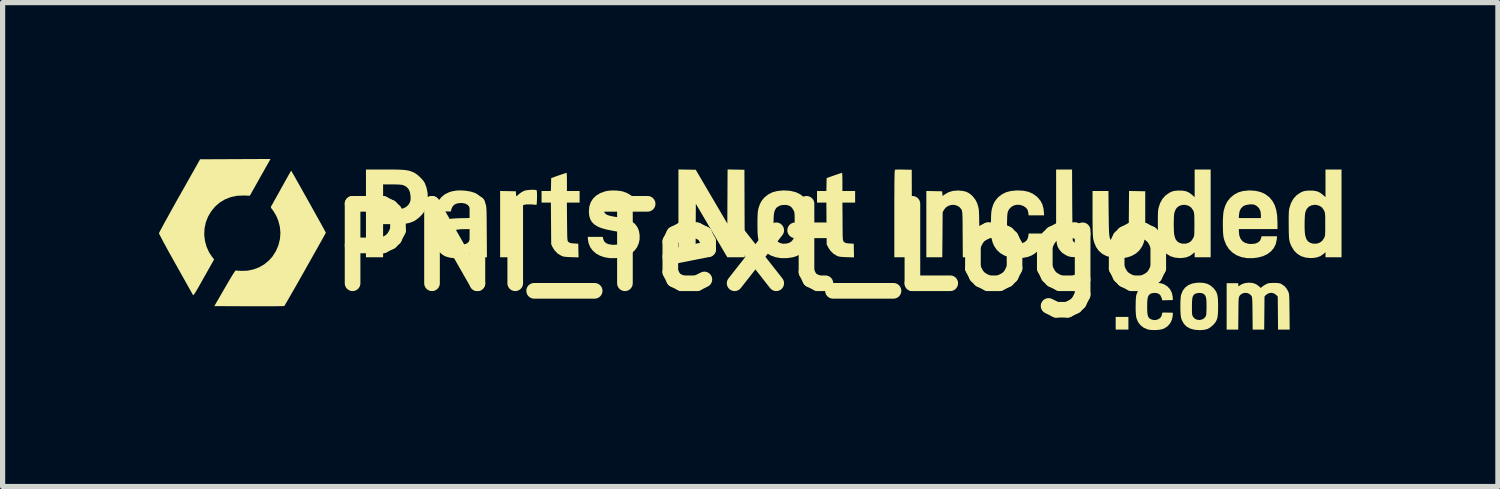
<source format=kicad_pcb>
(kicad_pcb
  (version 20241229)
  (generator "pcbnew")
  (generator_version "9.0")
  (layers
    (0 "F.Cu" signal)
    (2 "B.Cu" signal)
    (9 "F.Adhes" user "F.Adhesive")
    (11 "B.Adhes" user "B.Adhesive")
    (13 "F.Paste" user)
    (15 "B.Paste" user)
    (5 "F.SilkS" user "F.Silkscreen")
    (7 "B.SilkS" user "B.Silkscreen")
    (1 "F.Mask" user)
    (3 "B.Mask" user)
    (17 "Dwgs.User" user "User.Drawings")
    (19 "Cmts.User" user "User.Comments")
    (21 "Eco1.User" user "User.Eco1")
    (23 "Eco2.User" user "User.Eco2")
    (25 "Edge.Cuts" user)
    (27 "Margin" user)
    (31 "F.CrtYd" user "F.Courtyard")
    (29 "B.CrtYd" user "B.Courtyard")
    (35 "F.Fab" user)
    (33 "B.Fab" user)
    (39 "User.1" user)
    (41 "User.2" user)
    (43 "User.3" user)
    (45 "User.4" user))
  (footprint "PNI_Text_Logo"
    (layer "F.Cu")
    (at 11.407 1.695)
    (property "Reference" "PNI_Text_Logo" (at 0 0 0) (layer "F.SilkS") (effects (font (size 1.524 1.524) (thickness 0.3))))
    (attr board_only exclude_from_pos_files exclude_from_bom)
    (fp_poly (pts (xy 6.948 1.578) (xy 6.948 1.335) (xy 7.192 1.335) (xy 7.192 1.578)) (stroke (width 0) (type solid)) (fill yes) (layer "F.SilkS"))
    (fp_poly (pts (xy -0.336 0.191) (xy -0.503 0.191) (xy -0.805 -0.322) (xy -1.107 -0.835) (xy -1.11 -0.322) (xy -1.112 0.191) (xy -1.441 0.191) (xy -1.441 -1.494) (xy -1.275 -1.491) (xy -1.109 -1.488) (xy -0.806 -0.972) (xy -0.503 -0.456) (xy -0.498 -1.494) (xy -0.336 -1.491) (xy -0.175 -1.488) (xy -0.169 0.191)) (stroke (width 0) (type solid)) (fill yes) (layer "F.SilkS"))
    (fp_poly (pts (xy 2.701 0.191) (xy 2.701 -0.646) (xy 2.701 -0.804) (xy 2.701 -0.942) (xy 2.702 -1.061) (xy 2.702 -1.162) (xy 2.703 -1.248) (xy 2.704 -1.318) (xy 2.705 -1.374) (xy 2.706 -1.417) (xy 2.708 -1.449) (xy 2.71 -1.471) (xy 2.712 -1.484) (xy 2.715 -1.489) (xy 2.715 -1.489) (xy 2.73 -1.491) (xy 2.762 -1.492) (xy 2.807 -1.492) (xy 2.86 -1.492) (xy 2.882 -1.491) (xy 3.035 -1.488) (xy 3.04 0.191)) (stroke (width 0) (type solid)) (fill yes) (layer "F.SilkS"))
    (fp_poly (pts (xy 6.199 0.189) (xy 6.142 0.187) (xy 6.1 0.185) (xy 6.069 0.18) (xy 6.043 0.173) (xy 6.016 0.162) (xy 5.993 0.151) (xy 5.925 0.108) (xy 5.873 0.053) (xy 5.847 0.011) (xy 5.839 -0.005) (xy 5.832 -0.022) (xy 5.826 -0.041) (xy 5.821 -0.063) (xy 5.816 -0.091) (xy 5.813 -0.126) (xy 5.81 -0.169) (xy 5.808 -0.223) (xy 5.807 -0.288) (xy 5.806 -0.367) (xy 5.805 -0.461) (xy 5.805 -0.572) (xy 5.805 -0.701) (xy 5.805 -0.808) (xy 5.805 -1.493) (xy 6.111 -1.493) (xy 6.114 -0.818) (xy 6.115 -0.7) (xy 6.116 -0.588) (xy 6.117 -0.484) (xy 6.118 -0.389) (xy 6.119 -0.306) (xy 6.121 -0.236) (xy 6.122 -0.182) (xy 6.124 -0.144) (xy 6.126 -0.126) (xy 6.126 -0.124) (xy 6.15 -0.098) (xy 6.192 -0.082) (xy 6.25 -0.074) (xy 6.265 -0.074) (xy 6.334 -0.074) (xy 6.334 0.193)) (stroke (width 0) (type solid)) (fill yes) (layer "F.SilkS"))
    (fp_poly (pts (xy -4.154 -0.949) (xy -4.154 -0.947) (xy -4.156 -0.89) (xy -4.158 -0.852) (xy -4.161 -0.828) (xy -4.166 -0.817) (xy -4.172 -0.814) (xy -4.173 -0.815) (xy -4.191 -0.817) (xy -4.223 -0.82) (xy -4.265 -0.823) (xy -4.285 -0.824) (xy -4.352 -0.824) (xy -4.405 -0.815) (xy -4.447 -0.796) (xy -4.484 -0.765) (xy -4.488 -0.761) (xy -4.503 -0.745) (xy -4.515 -0.729) (xy -4.525 -0.711) (xy -4.532 -0.69) (xy -4.538 -0.663) (xy -4.543 -0.628) (xy -4.546 -0.582) (xy -4.549 -0.525) (xy -4.55 -0.453) (xy -4.551 -0.364) (xy -4.552 -0.257) (xy -4.553 -0.23) (xy -4.556 0.191) (xy -4.862 0.191) (xy -4.862 -1.081) (xy -4.711 -1.078) (xy -4.56 -1.075) (xy -4.557 -1.024) (xy -4.553 -0.974) (xy -4.501 -1.021) (xy -4.458 -1.053) (xy -4.412 -1.079) (xy -4.394 -1.086) (xy -4.359 -1.095) (xy -4.316 -1.1) (xy -4.269 -1.104) (xy -4.225 -1.104) (xy -4.188 -1.102) (xy -4.165 -1.097) (xy -4.162 -1.094) (xy -4.158 -1.08) (xy -4.155 -1.048) (xy -4.154 -1.004)) (stroke (width 0) (type solid)) (fill yes) (layer "F.SilkS"))
    (fp_poly (pts (xy -3.581 -0.858) (xy -3.578 -0.493) (xy -3.577 -0.395) (xy -3.576 -0.317) (xy -3.575 -0.255) (xy -3.574 -0.208) (xy -3.572 -0.173) (xy -3.57 -0.148) (xy -3.567 -0.131) (xy -3.563 -0.119) (xy -3.558 -0.111) (xy -3.552 -0.104) (xy -3.551 -0.104) (xy -3.534 -0.09) (xy -3.511 -0.082) (xy -3.477 -0.077) (xy -3.445 -0.074) (xy -3.363 -0.069) (xy -3.36 0.062) (xy -3.357 0.193) (xy -3.498 0.189) (xy -3.56 0.186) (xy -3.606 0.183) (xy -3.641 0.178) (xy -3.668 0.17) (xy -3.687 0.162) (xy -3.757 0.12) (xy -3.815 0.061) (xy -3.853 0.002) (xy -3.882 -0.058) (xy -3.885 -0.458) (xy -3.888 -0.858) (xy -4.067 -0.858) (xy -4.067 -1.08) (xy -3.888 -1.08) (xy -3.885 -1.205) (xy -3.882 -1.329) (xy -3.739 -1.379) (xy -3.687 -1.397) (xy -3.643 -1.412) (xy -3.609 -1.423) (xy -3.591 -1.429) (xy -3.588 -1.43) (xy -3.585 -1.42) (xy -3.583 -1.392) (xy -3.581 -1.35) (xy -3.58 -1.298) (xy -3.58 -1.255) (xy -3.58 -1.08) (xy -3.337 -1.08) (xy -3.337 -0.858)) (stroke (width 0) (type solid)) (fill yes) (layer "F.SilkS"))
    (fp_poly (pts (xy 1.705 -0.858) (xy 1.708 -0.493) (xy 1.708 -0.395) (xy 1.709 -0.317) (xy 1.71 -0.255) (xy 1.711 -0.208) (xy 1.713 -0.173) (xy 1.715 -0.148) (xy 1.719 -0.131) (xy 1.723 -0.119) (xy 1.728 -0.111) (xy 1.734 -0.104) (xy 1.735 -0.104) (xy 1.752 -0.09) (xy 1.775 -0.082) (xy 1.809 -0.077) (xy 1.841 -0.074) (xy 1.922 -0.069) (xy 1.925 0.062) (xy 1.928 0.193) (xy 1.788 0.189) (xy 1.725 0.186) (xy 1.679 0.183) (xy 1.645 0.178) (xy 1.617 0.17) (xy 1.598 0.162) (xy 1.529 0.12) (xy 1.471 0.061) (xy 1.433 0.002) (xy 1.403 -0.058) (xy 1.4 -0.458) (xy 1.397 -0.858) (xy 1.218 -0.858) (xy 1.218 -1.08) (xy 1.397 -1.08) (xy 1.4 -1.205) (xy 1.403 -1.329) (xy 1.546 -1.379) (xy 1.598 -1.397) (xy 1.643 -1.412) (xy 1.676 -1.423) (xy 1.695 -1.429) (xy 1.697 -1.43) (xy 1.7 -1.42) (xy 1.702 -1.392) (xy 1.704 -1.35) (xy 1.705 -1.298) (xy 1.705 -1.255) (xy 1.705 -1.08) (xy 1.949 -1.08) (xy 1.949 -0.858)) (stroke (width 0) (type solid)) (fill yes) (layer "F.SilkS"))
    (fp_poly (pts (xy 4.015 0.191) (xy 4.012 -0.252) (xy 4.011 -0.36) (xy 4.011 -0.449) (xy 4.01 -0.521) (xy 4.009 -0.579) (xy 4.007 -0.623) (xy 4.005 -0.656) (xy 4.003 -0.681) (xy 4 -0.698) (xy 3.996 -0.711) (xy 3.991 -0.722) (xy 3.986 -0.731) (xy 3.948 -0.774) (xy 3.899 -0.802) (xy 3.845 -0.815) (xy 3.789 -0.812) (xy 3.735 -0.795) (xy 3.689 -0.764) (xy 3.654 -0.72) (xy 3.628 -0.673) (xy 3.625 -0.241) (xy 3.621 0.191) (xy 3.315 0.191) (xy 3.315 -1.081) (xy 3.466 -1.078) (xy 3.617 -1.075) (xy 3.623 -1.029) (xy 3.628 -0.984) (xy 3.67 -1.016) (xy 3.741 -1.057) (xy 3.824 -1.082) (xy 3.918 -1.09) (xy 3.944 -1.089) (xy 4.021 -1.081) (xy 4.084 -1.065) (xy 4.137 -1.037) (xy 4.187 -0.997) (xy 4.21 -0.973) (xy 4.257 -0.912) (xy 4.291 -0.845) (xy 4.314 -0.765) (xy 4.322 -0.722) (xy 4.324 -0.696) (xy 4.326 -0.651) (xy 4.328 -0.591) (xy 4.329 -0.517) (xy 4.331 -0.434) (xy 4.332 -0.344) (xy 4.332 -0.248) (xy 4.332 -0.23) (xy 4.332 0.191)) (stroke (width 0) (type solid)) (fill yes) (layer "F.SilkS"))
    (fp_poly (pts (xy -6.26 -0.84) (xy -6.286 -0.749) (xy -6.31 -0.697) (xy -6.343 -0.649) (xy -6.389 -0.598) (xy -6.442 -0.551) (xy -6.495 -0.513) (xy -6.512 -0.504) (xy -6.555 -0.485) (xy -6.598 -0.47) (xy -6.646 -0.459) (xy -6.702 -0.452) (xy -6.77 -0.447) (xy -6.853 -0.445) (xy -6.903 -0.445) (xy -7.107 -0.445) (xy -7.107 0.191) (xy -7.436 0.191) (xy -7.436 -1.493) (xy -7.107 -1.493) (xy -7.107 -1.208) (xy -7.107 -0.731) (xy -6.941 -0.731) (xy -6.88 -0.732) (xy -6.824 -0.733) (xy -6.777 -0.736) (xy -6.745 -0.74) (xy -6.735 -0.742) (xy -6.674 -0.769) (xy -6.625 -0.811) (xy -6.601 -0.847) (xy -6.588 -0.878) (xy -6.581 -0.907) (xy -6.579 -0.944) (xy -6.58 -0.974) (xy -6.59 -1.05) (xy -6.614 -1.11) (xy -6.652 -1.155) (xy -6.705 -1.186) (xy -6.735 -1.197) (xy -6.759 -1.2) (xy -6.8 -1.204) (xy -6.852 -1.206) (xy -6.91 -1.207) (xy -6.941 -1.207) (xy -7.107 -1.208) (xy -7.107 -1.493) (xy -7.078 -1.493) (xy -6.966 -1.493) (xy -6.873 -1.492) (xy -6.796 -1.49) (xy -6.733 -1.487) (xy -6.681 -1.482) (xy -6.638 -1.476) (xy -6.6 -1.467) (xy -6.567 -1.456) (xy -6.534 -1.443) (xy -6.514 -1.433) (xy -6.468 -1.405) (xy -6.418 -1.364) (xy -6.37 -1.317) (xy -6.33 -1.27) (xy -6.305 -1.229) (xy -6.272 -1.138) (xy -6.253 -1.04) (xy -6.249 -0.939)) (stroke (width 0) (type solid)) (fill yes) (layer "F.SilkS"))
    (fp_poly (pts (xy 7.515 -0.636) (xy 7.515 -0.518) (xy 7.514 -0.419) (xy 7.513 -0.337) (xy 7.511 -0.269) (xy 7.507 -0.214) (xy 7.503 -0.168) (xy 7.497 -0.131) (xy 7.489 -0.099) (xy 7.479 -0.071) (xy 7.467 -0.043) (xy 7.453 -0.015) (xy 7.448 -0.007) (xy 7.399 0.063) (xy 7.334 0.12) (xy 7.256 0.164) (xy 7.167 0.194) (xy 7.068 0.209) (xy 6.964 0.209) (xy 6.867 0.195) (xy 6.77 0.167) (xy 6.69 0.125) (xy 6.625 0.069) (xy 6.574 -0.003) (xy 6.536 -0.09) (xy 6.519 -0.155) (xy 6.515 -0.18) (xy 6.512 -0.211) (xy 6.509 -0.252) (xy 6.507 -0.305) (xy 6.506 -0.37) (xy 6.505 -0.451) (xy 6.504 -0.55) (xy 6.504 -0.654) (xy 6.504 -1.08) (xy 6.809 -1.08) (xy 6.813 -0.654) (xy 6.815 -0.541) (xy 6.816 -0.447) (xy 6.818 -0.369) (xy 6.82 -0.307) (xy 6.823 -0.258) (xy 6.827 -0.22) (xy 6.833 -0.19) (xy 6.839 -0.167) (xy 6.848 -0.148) (xy 6.858 -0.132) (xy 6.87 -0.118) (xy 6.905 -0.09) (xy 6.953 -0.074) (xy 7.009 -0.068) (xy 7.065 -0.073) (xy 7.116 -0.09) (xy 7.128 -0.097) (xy 7.144 -0.107) (xy 7.157 -0.118) (xy 7.168 -0.131) (xy 7.177 -0.149) (xy 7.184 -0.173) (xy 7.189 -0.205) (xy 7.193 -0.248) (xy 7.196 -0.303) (xy 7.198 -0.372) (xy 7.199 -0.457) (xy 7.2 -0.56) (xy 7.201 -0.638) (xy 7.204 -1.081) (xy 7.515 -1.075)) (stroke (width 0) (type solid)) (fill yes) (layer "F.SilkS"))
    (fp_poly (pts (xy -9.304 -1.629) (xy -9.319 -1.603) (xy -9.343 -1.561) (xy -9.373 -1.507) (xy -9.409 -1.443) (xy -9.449 -1.373) (xy -9.49 -1.299) (xy -9.503 -1.276) (xy -9.664 -0.99) (xy -9.778 -0.994) (xy -9.907 -0.989) (xy -10.027 -0.964) (xy -10.139 -0.921) (xy -10.24 -0.86) (xy -10.33 -0.782) (xy -10.408 -0.687) (xy -10.466 -0.588) (xy -10.509 -0.477) (xy -10.533 -0.361) (xy -10.539 -0.243) (xy -10.525 -0.125) (xy -10.494 -0.011) (xy -10.445 0.097) (xy -10.392 0.177) (xy -10.349 0.232) (xy -10.547 0.583) (xy -10.598 0.674) (xy -10.64 0.748) (xy -10.674 0.807) (xy -10.7 0.851) (xy -10.72 0.883) (xy -10.735 0.903) (xy -10.745 0.914) (xy -10.751 0.917) (xy -10.755 0.915) (xy -10.762 0.902) (xy -10.778 0.873) (xy -10.803 0.828) (xy -10.836 0.77) (xy -10.875 0.7) (xy -10.92 0.62) (xy -10.97 0.531) (xy -11.024 0.435) (xy -11.08 0.334) (xy -11.087 0.323) (xy -11.143 0.222) (xy -11.197 0.126) (xy -11.247 0.036) (xy -11.291 -0.046) (xy -11.33 -0.117) (xy -11.361 -0.177) (xy -11.385 -0.223) (xy -11.401 -0.254) (xy -11.407 -0.269) (xy -11.407 -0.27) (xy -11.402 -0.282) (xy -11.387 -0.312) (xy -11.363 -0.357) (xy -11.331 -0.416) (xy -11.293 -0.487) (xy -11.247 -0.569) (xy -11.196 -0.662) (xy -11.14 -0.762) (xy -11.081 -0.869) (xy -11.018 -0.981) (xy -11.012 -0.99) (xy -10.618 -1.689) (xy -9.943 -1.692) (xy -9.267 -1.695)) (stroke (width 0) (type solid)) (fill yes) (layer "F.SilkS"))
    (fp_poly (pts (xy 8.042 1.313) (xy 8.027 1.389) (xy 7.994 1.456) (xy 7.945 1.513) (xy 7.881 1.556) (xy 7.871 1.56) (xy 7.824 1.575) (xy 7.764 1.584) (xy 7.697 1.588) (xy 7.632 1.586) (xy 7.575 1.578) (xy 7.561 1.574) (xy 7.485 1.542) (xy 7.423 1.494) (xy 7.376 1.432) (xy 7.346 1.356) (xy 7.345 1.354) (xy 7.339 1.317) (xy 7.334 1.264) (xy 7.331 1.201) (xy 7.331 1.132) (xy 7.332 1.063) (xy 7.334 1) (xy 7.339 0.946) (xy 7.345 0.909) (xy 7.346 0.908) (xy 7.376 0.834) (xy 7.424 0.772) (xy 7.486 0.724) (xy 7.561 0.692) (xy 7.614 0.682) (xy 7.678 0.679) (xy 7.746 0.681) (xy 7.809 0.689) (xy 7.861 0.703) (xy 7.871 0.707) (xy 7.937 0.747) (xy 7.989 0.802) (xy 8.024 0.868) (xy 8.041 0.943) (xy 8.042 0.954) (xy 8.045 1.012) (xy 7.944 1.014) (xy 7.843 1.017) (xy 7.828 0.968) (xy 7.806 0.921) (xy 7.773 0.891) (xy 7.728 0.877) (xy 7.697 0.875) (xy 7.645 0.88) (xy 7.611 0.894) (xy 7.59 0.911) (xy 7.575 0.933) (xy 7.564 0.963) (xy 7.557 1.004) (xy 7.553 1.059) (xy 7.552 1.132) (xy 7.552 1.141) (xy 7.553 1.215) (xy 7.557 1.271) (xy 7.565 1.312) (xy 7.577 1.342) (xy 7.595 1.362) (xy 7.621 1.378) (xy 7.632 1.383) (xy 7.678 1.396) (xy 7.722 1.394) (xy 7.763 1.381) (xy 7.802 1.356) (xy 7.828 1.317) (xy 7.838 1.272) (xy 7.838 1.272) (xy 7.839 1.261) (xy 7.845 1.255) (xy 7.86 1.252) (xy 7.887 1.251) (xy 7.93 1.252) (xy 7.941 1.252) (xy 8.045 1.255)) (stroke (width 0) (type solid)) (fill yes) (layer "F.SilkS"))
    (fp_poly (pts (xy 9.311 -0.35) (xy 9.311 -0.313) (xy 9.318 -0.234) (xy 9.341 -0.169) (xy 9.378 -0.12) (xy 9.43 -0.086) (xy 9.496 -0.067) (xy 9.547 -0.064) (xy 9.619 -0.07) (xy 9.674 -0.09) (xy 9.714 -0.124) (xy 9.737 -0.171) (xy 9.74 -0.181) (xy 9.746 -0.212) (xy 10.044 -0.212) (xy 10.038 -0.147) (xy 10.019 -0.062) (xy 9.982 0.013) (xy 9.928 0.077) (xy 9.859 0.13) (xy 9.774 0.17) (xy 9.676 0.196) (xy 9.581 0.208) (xy 9.466 0.207) (xy 9.362 0.188) (xy 9.268 0.152) (xy 9.188 0.1) (xy 9.12 0.033) (xy 9.067 -0.049) (xy 9.03 -0.144) (xy 9.019 -0.187) (xy 9.012 -0.234) (xy 9.007 -0.297) (xy 9.005 -0.37) (xy 9.004 -0.449) (xy 9.005 -0.527) (xy 9.009 -0.6) (xy 9.014 -0.662) (xy 9.021 -0.704) (xy 9.049 -0.798) (xy 9.089 -0.878) (xy 9.144 -0.947) (xy 9.151 -0.954) (xy 9.22 -1.011) (xy 9.298 -1.053) (xy 9.386 -1.079) (xy 9.488 -1.09) (xy 9.528 -1.091) (xy 9.547 -1.09) (xy 9.547 -0.825) (xy 9.516 -0.823) (xy 9.446 -0.812) (xy 9.391 -0.787) (xy 9.351 -0.746) (xy 9.325 -0.691) (xy 9.313 -0.619) (xy 9.312 -0.596) (xy 9.311 -0.561) (xy 9.734 -0.561) (xy 9.734 -0.623) (xy 9.726 -0.691) (xy 9.701 -0.747) (xy 9.659 -0.79) (xy 9.638 -0.803) (xy 9.609 -0.817) (xy 9.581 -0.823) (xy 9.547 -0.825) (xy 9.547 -1.09) (xy 9.636 -1.083) (xy 9.732 -1.06) (xy 9.816 -1.021) (xy 9.891 -0.964) (xy 9.905 -0.951) (xy 9.958 -0.885) (xy 10 -0.807) (xy 10.029 -0.715) (xy 10.046 -0.607) (xy 10.052 -0.483) (xy 10.052 -0.476) (xy 10.052 -0.35)) (stroke (width 0) (type solid)) (fill yes) (layer "F.SilkS"))
    (fp_poly (pts (xy 8.912 1.219) (xy 8.908 1.288) (xy 8.901 1.342) (xy 8.889 1.386) (xy 8.871 1.423) (xy 8.847 1.458) (xy 8.814 1.493) (xy 8.813 1.494) (xy 8.764 1.536) (xy 8.714 1.565) (xy 8.656 1.581) (xy 8.585 1.588) (xy 8.554 1.589) (xy 8.458 1.581) (xy 8.376 1.558) (xy 8.308 1.52) (xy 8.255 1.466) (xy 8.217 1.397) (xy 8.203 1.354) (xy 8.197 1.317) (xy 8.192 1.264) (xy 8.189 1.201) (xy 8.189 1.132) (xy 8.189 1.063) (xy 8.192 1) (xy 8.197 0.946) (xy 8.203 0.909) (xy 8.204 0.908) (xy 8.234 0.833) (xy 8.28 0.772) (xy 8.34 0.726) (xy 8.415 0.695) (xy 8.505 0.68) (xy 8.543 0.678) (xy 8.543 0.875) (xy 8.499 0.882) (xy 8.469 0.894) (xy 8.448 0.91) (xy 8.433 0.931) (xy 8.422 0.959) (xy 8.416 0.998) (xy 8.412 1.052) (xy 8.411 1.122) (xy 8.411 1.139) (xy 8.411 1.202) (xy 8.412 1.247) (xy 8.414 1.279) (xy 8.418 1.302) (xy 8.425 1.32) (xy 8.432 1.333) (xy 8.464 1.368) (xy 8.505 1.388) (xy 8.551 1.395) (xy 8.597 1.387) (xy 8.638 1.367) (xy 8.669 1.335) (xy 8.683 1.304) (xy 8.686 1.284) (xy 8.688 1.247) (xy 8.69 1.198) (xy 8.691 1.142) (xy 8.691 1.123) (xy 8.69 1.05) (xy 8.686 0.996) (xy 8.679 0.955) (xy 8.667 0.926) (xy 8.65 0.906) (xy 8.627 0.889) (xy 8.624 0.888) (xy 8.588 0.877) (xy 8.543 0.875) (xy 8.543 0.678) (xy 8.555 0.678) (xy 8.638 0.683) (xy 8.707 0.701) (xy 8.767 0.733) (xy 8.818 0.777) (xy 8.849 0.812) (xy 8.873 0.847) (xy 8.89 0.885) (xy 8.902 0.931) (xy 8.909 0.988) (xy 8.912 1.059) (xy 8.913 1.133)) (stroke (width 0) (type solid)) (fill yes) (layer "F.SilkS"))
    (fp_poly (pts (xy 5.278 -0.614) (xy 5.272 -0.663) (xy 5.259 -0.716) (xy 5.23 -0.757) (xy 5.184 -0.789) (xy 5.179 -0.792) (xy 5.118 -0.813) (xy 5.056 -0.817) (xy 4.997 -0.804) (xy 4.945 -0.775) (xy 4.904 -0.732) (xy 4.894 -0.715) (xy 4.884 -0.695) (xy 4.877 -0.675) (xy 4.872 -0.653) (xy 4.869 -0.623) (xy 4.866 -0.583) (xy 4.865 -0.528) (xy 4.863 -0.476) (xy 4.863 -0.383) (xy 4.865 -0.308) (xy 4.87 -0.25) (xy 4.879 -0.204) (xy 4.891 -0.169) (xy 4.908 -0.141) (xy 4.912 -0.137) (xy 4.95 -0.102) (xy 4.994 -0.08) (xy 5.051 -0.071) (xy 5.074 -0.07) (xy 5.144 -0.077) (xy 5.2 -0.099) (xy 5.241 -0.134) (xy 5.265 -0.182) (xy 5.272 -0.216) (xy 5.278 -0.265) (xy 5.574 -0.265) (xy 5.569 -0.193) (xy 5.552 -0.099) (xy 5.518 -0.016) (xy 5.468 0.054) (xy 5.405 0.113) (xy 5.334 0.157) (xy 5.252 0.187) (xy 5.157 0.204) (xy 5.113 0.208) (xy 5.002 0.207) (xy 4.9 0.189) (xy 4.809 0.156) (xy 4.73 0.109) (xy 4.665 0.047) (xy 4.62 -0.02) (xy 4.599 -0.062) (xy 4.584 -0.104) (xy 4.572 -0.15) (xy 4.564 -0.203) (xy 4.559 -0.267) (xy 4.556 -0.345) (xy 4.555 -0.441) (xy 4.555 -0.45) (xy 4.556 -0.53) (xy 4.557 -0.593) (xy 4.559 -0.642) (xy 4.563 -0.681) (xy 4.568 -0.714) (xy 4.575 -0.745) (xy 4.576 -0.751) (xy 4.6 -0.825) (xy 4.631 -0.884) (xy 4.673 -0.938) (xy 4.702 -0.968) (xy 4.769 -1.019) (xy 4.843 -1.056) (xy 4.93 -1.079) (xy 5.03 -1.09) (xy 5.077 -1.091) (xy 5.184 -1.085) (xy 5.275 -1.065) (xy 5.355 -1.03) (xy 5.426 -0.98) (xy 5.457 -0.952) (xy 5.507 -0.89) (xy 5.542 -0.822) (xy 5.563 -0.743) (xy 5.569 -0.691) (xy 5.575 -0.614)) (stroke (width 0) (type solid)) (fill yes) (layer "F.SilkS"))
    (fp_poly (pts (xy 10.063 1.578) (xy 10.06 1.261) (xy 10.057 0.944) (xy 10.031 0.917) (xy 9.989 0.886) (xy 9.941 0.873) (xy 9.891 0.878) (xy 9.846 0.902) (xy 9.828 0.917) (xy 9.803 0.944) (xy 9.8 1.261) (xy 9.797 1.578) (xy 9.576 1.578) (xy 9.573 1.267) (xy 9.572 1.177) (xy 9.571 1.106) (xy 9.57 1.051) (xy 9.568 1.01) (xy 9.566 0.98) (xy 9.563 0.959) (xy 9.559 0.944) (xy 9.554 0.934) (xy 9.548 0.925) (xy 9.512 0.893) (xy 9.468 0.876) (xy 9.42 0.874) (xy 9.375 0.887) (xy 9.337 0.915) (xy 9.33 0.924) (xy 9.323 0.935) (xy 9.317 0.946) (xy 9.313 0.96) (xy 9.309 0.98) (xy 9.307 1.008) (xy 9.305 1.046) (xy 9.304 1.098) (xy 9.303 1.166) (xy 9.302 1.251) (xy 9.302 1.268) (xy 9.299 1.578) (xy 9.077 1.578) (xy 9.077 0.688) (xy 9.3 0.688) (xy 9.3 0.722) (xy 9.301 0.744) (xy 9.306 0.748) (xy 9.319 0.738) (xy 9.367 0.707) (xy 9.43 0.686) (xy 9.501 0.678) (xy 9.506 0.678) (xy 9.579 0.685) (xy 9.639 0.706) (xy 9.69 0.742) (xy 9.699 0.75) (xy 9.72 0.77) (xy 9.732 0.776) (xy 9.743 0.77) (xy 9.749 0.764) (xy 9.768 0.748) (xy 9.798 0.728) (xy 9.822 0.714) (xy 9.849 0.7) (xy 9.874 0.691) (xy 9.902 0.686) (xy 9.939 0.684) (xy 9.983 0.683) (xy 10.036 0.684) (xy 10.073 0.687) (xy 10.101 0.693) (xy 10.125 0.703) (xy 10.131 0.706) (xy 10.189 0.747) (xy 10.233 0.801) (xy 10.255 0.842) (xy 10.262 0.857) (xy 10.267 0.873) (xy 10.272 0.89) (xy 10.275 0.913) (xy 10.277 0.943) (xy 10.279 0.983) (xy 10.28 1.035) (xy 10.281 1.103) (xy 10.282 1.188) (xy 10.283 1.237) (xy 10.286 1.578)) (stroke (width 0) (type solid)) (fill yes) (layer "F.SilkS"))
    (fp_poly (pts (xy 8.463 0.191) (xy 8.463 0.094) (xy 8.419 0.131) (xy 8.363 0.169) (xy 8.299 0.193) (xy 8.221 0.205) (xy 8.177 0.206) (xy 8.081 0.197) (xy 7.996 0.17) (xy 7.922 0.124) (xy 7.86 0.062) (xy 7.81 -0.017) (xy 7.783 -0.084) (xy 7.776 -0.108) (xy 7.77 -0.132) (xy 7.766 -0.159) (xy 7.763 -0.193) (xy 7.761 -0.237) (xy 7.759 -0.293) (xy 7.758 -0.366) (xy 7.757 -0.418) (xy 7.757 -0.511) (xy 7.757 -0.586) (xy 7.758 -0.645) (xy 7.761 -0.691) (xy 7.765 -0.727) (xy 7.769 -0.751) (xy 7.8 -0.848) (xy 7.846 -0.93) (xy 7.906 -0.997) (xy 7.98 -1.048) (xy 7.994 -1.055) (xy 8.032 -1.072) (xy 8.071 -1.082) (xy 8.118 -1.087) (xy 8.146 -1.089) (xy 8.228 -1.088) (xy 8.259 -1.082) (xy 8.259 -0.816) (xy 8.196 -0.806) (xy 8.143 -0.78) (xy 8.104 -0.737) (xy 8.078 -0.678) (xy 8.072 -0.65) (xy 8.067 -0.611) (xy 8.064 -0.558) (xy 8.063 -0.495) (xy 8.062 -0.429) (xy 8.063 -0.365) (xy 8.065 -0.307) (xy 8.069 -0.262) (xy 8.071 -0.244) (xy 8.081 -0.204) (xy 8.093 -0.166) (xy 8.099 -0.153) (xy 8.129 -0.113) (xy 8.173 -0.085) (xy 8.227 -0.07) (xy 8.286 -0.07) (xy 8.305 -0.073) (xy 8.358 -0.092) (xy 8.399 -0.124) (xy 8.431 -0.17) (xy 8.44 -0.187) (xy 8.447 -0.202) (xy 8.451 -0.22) (xy 8.455 -0.244) (xy 8.457 -0.277) (xy 8.457 -0.321) (xy 8.458 -0.382) (xy 8.458 -0.44) (xy 8.458 -0.514) (xy 8.457 -0.571) (xy 8.456 -0.613) (xy 8.454 -0.643) (xy 8.45 -0.666) (xy 8.445 -0.684) (xy 8.438 -0.701) (xy 8.431 -0.715) (xy 8.394 -0.765) (xy 8.345 -0.798) (xy 8.284 -0.814) (xy 8.259 -0.816) (xy 8.259 -1.082) (xy 8.297 -1.076) (xy 8.355 -1.05) (xy 8.41 -1.01) (xy 8.411 -1.009) (xy 8.463 -0.962) (xy 8.463 -1.493) (xy 8.77 -1.493) (xy 8.77 0.191)) (stroke (width 0) (type solid)) (fill yes) (layer "F.SilkS"))
    (fp_poly (pts (xy 10.973 0.191) (xy 10.973 0.094) (xy 10.93 0.131) (xy 10.874 0.169) (xy 10.809 0.193) (xy 10.732 0.205) (xy 10.687 0.206) (xy 10.592 0.197) (xy 10.506 0.17) (xy 10.432 0.124) (xy 10.37 0.062) (xy 10.321 -0.017) (xy 10.293 -0.084) (xy 10.286 -0.108) (xy 10.281 -0.132) (xy 10.276 -0.159) (xy 10.273 -0.193) (xy 10.271 -0.237) (xy 10.269 -0.293) (xy 10.268 -0.366) (xy 10.268 -0.418) (xy 10.267 -0.511) (xy 10.267 -0.586) (xy 10.269 -0.645) (xy 10.271 -0.691) (xy 10.275 -0.727) (xy 10.28 -0.751) (xy 10.311 -0.848) (xy 10.356 -0.93) (xy 10.416 -0.997) (xy 10.49 -1.048) (xy 10.504 -1.055) (xy 10.542 -1.072) (xy 10.581 -1.082) (xy 10.628 -1.087) (xy 10.657 -1.089) (xy 10.739 -1.088) (xy 10.77 -1.082) (xy 10.77 -0.816) (xy 10.706 -0.806) (xy 10.654 -0.78) (xy 10.614 -0.737) (xy 10.588 -0.678) (xy 10.582 -0.65) (xy 10.578 -0.611) (xy 10.575 -0.558) (xy 10.573 -0.495) (xy 10.572 -0.429) (xy 10.573 -0.365) (xy 10.575 -0.307) (xy 10.579 -0.262) (xy 10.581 -0.244) (xy 10.591 -0.204) (xy 10.603 -0.166) (xy 10.609 -0.153) (xy 10.639 -0.113) (xy 10.683 -0.085) (xy 10.737 -0.07) (xy 10.797 -0.07) (xy 10.815 -0.073) (xy 10.868 -0.092) (xy 10.909 -0.124) (xy 10.942 -0.17) (xy 10.951 -0.187) (xy 10.957 -0.202) (xy 10.962 -0.22) (xy 10.965 -0.244) (xy 10.967 -0.277) (xy 10.968 -0.321) (xy 10.968 -0.382) (xy 10.968 -0.44) (xy 10.968 -0.514) (xy 10.968 -0.571) (xy 10.966 -0.613) (xy 10.964 -0.643) (xy 10.961 -0.666) (xy 10.955 -0.684) (xy 10.948 -0.701) (xy 10.941 -0.715) (xy 10.905 -0.765) (xy 10.855 -0.798) (xy 10.795 -0.814) (xy 10.77 -0.816) (xy 10.77 -1.082) (xy 10.807 -1.076) (xy 10.866 -1.05) (xy 10.92 -1.01) (xy 10.921 -1.009) (xy 10.973 -0.962) (xy 10.973 -1.493) (xy 11.281 -1.493) (xy 11.281 0.191)) (stroke (width 0) (type solid)) (fill yes) (layer "F.SilkS"))
    (fp_poly (pts (xy -2.186 -0.153) (xy -2.202 -0.077) (xy -2.236 0.001) (xy -2.287 0.067) (xy -2.355 0.122) (xy -2.439 0.164) (xy -2.536 0.193) (xy -2.648 0.208) (xy -2.653 0.208) (xy -2.76 0.207) (xy -2.858 0.191) (xy -2.946 0.161) (xy -3.023 0.118) (xy -3.085 0.063) (xy -3.133 -0.002) (xy -3.164 -0.077) (xy -3.175 -0.137) (xy -3.181 -0.201) (xy -2.893 -0.201) (xy -2.886 -0.165) (xy -2.867 -0.117) (xy -2.831 -0.082) (xy -2.779 -0.059) (xy -2.709 -0.049) (xy -2.685 -0.048) (xy -2.608 -0.053) (xy -2.55 -0.07) (xy -2.509 -0.098) (xy -2.485 -0.138) (xy -2.479 -0.182) (xy -2.483 -0.217) (xy -2.496 -0.245) (xy -2.522 -0.267) (xy -2.561 -0.286) (xy -2.617 -0.302) (xy -2.691 -0.316) (xy -2.703 -0.318) (xy -2.819 -0.341) (xy -2.916 -0.368) (xy -2.994 -0.4) (xy -3.055 -0.439) (xy -3.101 -0.485) (xy -3.133 -0.54) (xy -3.152 -0.605) (xy -3.159 -0.681) (xy -3.159 -0.694) (xy -3.15 -0.785) (xy -3.123 -0.866) (xy -3.078 -0.937) (xy -3.016 -0.995) (xy -2.937 -1.042) (xy -2.842 -1.075) (xy -2.842 -1.075) (xy -2.78 -1.086) (xy -2.706 -1.091) (xy -2.628 -1.089) (xy -2.556 -1.081) (xy -2.509 -1.072) (xy -2.424 -1.04) (xy -2.35 -0.996) (xy -2.29 -0.942) (xy -2.245 -0.881) (xy -2.218 -0.814) (xy -2.21 -0.757) (xy -2.208 -0.704) (xy -2.348 -0.701) (xy -2.488 -0.698) (xy -2.495 -0.736) (xy -2.514 -0.781) (xy -2.549 -0.815) (xy -2.601 -0.837) (xy -2.668 -0.847) (xy -2.685 -0.847) (xy -2.753 -0.841) (xy -2.807 -0.822) (xy -2.845 -0.793) (xy -2.866 -0.753) (xy -2.87 -0.722) (xy -2.867 -0.686) (xy -2.855 -0.658) (xy -2.831 -0.635) (xy -2.795 -0.617) (xy -2.743 -0.602) (xy -2.673 -0.588) (xy -2.636 -0.582) (xy -2.536 -0.564) (xy -2.454 -0.544) (xy -2.387 -0.521) (xy -2.332 -0.493) (xy -2.287 -0.46) (xy -2.265 -0.438) (xy -2.225 -0.381) (xy -2.198 -0.312) (xy -2.185 -0.234)) (stroke (width 0) (type solid)) (fill yes) (layer "F.SilkS"))
    (fp_poly (pts (xy -8.211 -0.271) (xy -8.225 -0.244) (xy -8.248 -0.202) (xy -8.279 -0.146) (xy -8.316 -0.08) (xy -8.359 -0.003) (xy -8.407 0.081) (xy -8.458 0.172) (xy -8.511 0.267) (xy -8.567 0.365) (xy -8.622 0.464) (xy -8.678 0.562) (xy -8.732 0.658) (xy -8.784 0.749) (xy -8.833 0.834) (xy -8.878 0.912) (xy -8.917 0.981) (xy -8.95 1.038) (xy -8.976 1.082) (xy -8.993 1.112) (xy -9.001 1.125) (xy -9.002 1.125) (xy -9.014 1.127) (xy -9.045 1.128) (xy -9.093 1.129) (xy -9.158 1.13) (xy -9.236 1.131) (xy -9.326 1.131) (xy -9.427 1.131) (xy -9.536 1.131) (xy -9.652 1.131) (xy -9.677 1.131) (xy -10.345 1.128) (xy -10.146 0.784) (xy -10.088 0.684) (xy -10.039 0.601) (xy -9.999 0.535) (xy -9.968 0.486) (xy -9.947 0.456) (xy -9.935 0.444) (xy -9.934 0.443) (xy -9.917 0.446) (xy -9.885 0.449) (xy -9.844 0.451) (xy -9.824 0.452) (xy -9.708 0.448) (xy -9.594 0.424) (xy -9.485 0.383) (xy -9.384 0.324) (xy -9.295 0.25) (xy -9.23 0.177) (xy -9.163 0.071) (xy -9.115 -0.041) (xy -9.086 -0.158) (xy -9.077 -0.277) (xy -9.088 -0.396) (xy -9.119 -0.513) (xy -9.15 -0.588) (xy -9.174 -0.634) (xy -9.201 -0.679) (xy -9.225 -0.714) (xy -9.229 -0.72) (xy -9.251 -0.748) (xy -9.26 -0.766) (xy -9.258 -0.78) (xy -9.254 -0.789) (xy -9.246 -0.803) (xy -9.228 -0.833) (xy -9.204 -0.878) (xy -9.172 -0.934) (xy -9.136 -0.999) (xy -9.095 -1.072) (xy -9.057 -1.142) (xy -9.014 -1.218) (xy -8.975 -1.288) (xy -8.941 -1.349) (xy -8.912 -1.4) (xy -8.89 -1.439) (xy -8.876 -1.463) (xy -8.871 -1.47) (xy -8.864 -1.459) (xy -8.848 -1.431) (xy -8.823 -1.389) (xy -8.792 -1.334) (xy -8.755 -1.268) (xy -8.713 -1.194) (xy -8.667 -1.112) (xy -8.619 -1.026) (xy -8.568 -0.936) (xy -8.517 -0.845) (xy -8.467 -0.755) (xy -8.418 -0.667) (xy -8.372 -0.584) (xy -8.329 -0.507) (xy -8.291 -0.438) (xy -8.258 -0.379) (xy -8.233 -0.333) (xy -8.215 -0.3) (xy -8.206 -0.283) (xy -8.205 -0.281)) (stroke (width 0) (type solid)) (fill yes) (layer "F.SilkS"))
    (fp_poly (pts (xy -5.413 0.191) (xy -5.413 0.094) (xy -5.454 0.126) (xy -5.52 0.169) (xy -5.592 0.195) (xy -5.674 0.208) (xy -5.747 0.208) (xy -5.822 0.199) (xy -5.89 0.181) (xy -5.932 0.164) (xy -5.979 0.133) (xy -6.025 0.091) (xy -6.062 0.046) (xy -6.064 0.042) (xy -6.094 -0.02) (xy -6.113 -0.094) (xy -6.122 -0.172) (xy -6.119 -0.248) (xy -6.107 -0.302) (xy -6.085 -0.359) (xy -6.057 -0.405) (xy -6.016 -0.449) (xy -6.006 -0.458) (xy -5.97 -0.488) (xy -5.933 -0.512) (xy -5.893 -0.529) (xy -5.846 -0.542) (xy -5.789 -0.55) (xy -5.717 -0.555) (xy -5.628 -0.559) (xy -5.622 -0.559) (xy -5.423 -0.563) (xy -5.423 -0.64) (xy -5.43 -0.713) (xy -5.449 -0.771) (xy -5.482 -0.812) (xy -5.53 -0.839) (xy -5.592 -0.85) (xy -5.612 -0.851) (xy -5.681 -0.844) (xy -5.734 -0.823) (xy -5.771 -0.788) (xy -5.795 -0.738) (xy -5.796 -0.734) (xy -5.807 -0.688) (xy -6.09 -0.688) (xy -6.09 -0.724) (xy -6.087 -0.753) (xy -6.079 -0.793) (xy -6.068 -0.832) (xy -6.035 -0.906) (xy -5.983 -0.969) (xy -5.916 -1.021) (xy -5.833 -1.06) (xy -5.786 -1.074) (xy -5.702 -1.089) (xy -5.61 -1.092) (xy -5.514 -1.085) (xy -5.424 -1.069) (xy -5.421 -1.068) (xy -5.421 -0.35) (xy -5.53 -0.349) (xy -5.615 -0.347) (xy -5.681 -0.34) (xy -5.731 -0.329) (xy -5.767 -0.313) (xy -5.793 -0.289) (xy -5.81 -0.258) (xy -5.812 -0.253) (xy -5.82 -0.209) (xy -5.817 -0.161) (xy -5.804 -0.118) (xy -5.799 -0.109) (xy -5.775 -0.08) (xy -5.745 -0.062) (xy -5.705 -0.052) (xy -5.65 -0.048) (xy -5.635 -0.048) (xy -5.565 -0.053) (xy -5.511 -0.068) (xy -5.472 -0.096) (xy -5.446 -0.138) (xy -5.431 -0.197) (xy -5.425 -0.256) (xy -5.421 -0.35) (xy -5.421 -1.068) (xy -5.344 -1.043) (xy -5.328 -1.036) (xy -5.275 -1.002) (xy -5.223 -0.954) (xy -5.178 -0.899) (xy -5.147 -0.842) (xy -5.146 -0.84) (xy -5.14 -0.825) (xy -5.135 -0.811) (xy -5.131 -0.795) (xy -5.128 -0.775) (xy -5.126 -0.75) (xy -5.124 -0.717) (xy -5.122 -0.674) (xy -5.121 -0.619) (xy -5.12 -0.551) (xy -5.119 -0.466) (xy -5.119 -0.364) (xy -5.118 -0.294) (xy -5.115 0.191)) (stroke (width 0) (type solid)) (fill yes) (layer "F.SilkS"))
    (fp_poly (pts (xy 1.101 -0.345) (xy 1.099 -0.273) (xy 1.095 -0.211) (xy 1.089 -0.163) (xy 1.085 -0.143) (xy 1.054 -0.051) (xy 1.011 0.025) (xy 0.965 0.077) (xy 0.9 0.129) (xy 0.829 0.167) (xy 0.749 0.192) (xy 0.654 0.206) (xy 0.63 0.208) (xy 0.521 0.207) (xy 0.42 0.189) (xy 0.329 0.156) (xy 0.25 0.109) (xy 0.185 0.048) (xy 0.139 -0.02) (xy 0.119 -0.062) (xy 0.103 -0.104) (xy 0.092 -0.15) (xy 0.084 -0.203) (xy 0.078 -0.267) (xy 0.076 -0.345) (xy 0.075 -0.441) (xy 0.075 -0.45) (xy 0.075 -0.53) (xy 0.077 -0.593) (xy 0.079 -0.642) (xy 0.082 -0.681) (xy 0.087 -0.714) (xy 0.094 -0.745) (xy 0.096 -0.751) (xy 0.12 -0.825) (xy 0.15 -0.884) (xy 0.192 -0.938) (xy 0.222 -0.968) (xy 0.288 -1.019) (xy 0.363 -1.056) (xy 0.449 -1.079) (xy 0.549 -1.09) (xy 0.597 -1.091) (xy 0.614 -1.09) (xy 0.614 -0.814) (xy 0.547 -0.811) (xy 0.49 -0.795) (xy 0.447 -0.766) (xy 0.432 -0.749) (xy 0.415 -0.722) (xy 0.403 -0.693) (xy 0.394 -0.657) (xy 0.388 -0.612) (xy 0.385 -0.555) (xy 0.384 -0.483) (xy 0.384 -0.418) (xy 0.385 -0.348) (xy 0.386 -0.295) (xy 0.388 -0.256) (xy 0.391 -0.228) (xy 0.396 -0.208) (xy 0.402 -0.19) (xy 0.411 -0.173) (xy 0.413 -0.17) (xy 0.453 -0.118) (xy 0.504 -0.084) (xy 0.564 -0.069) (xy 0.631 -0.072) (xy 0.641 -0.074) (xy 0.691 -0.089) (xy 0.726 -0.112) (xy 0.755 -0.147) (xy 0.763 -0.161) (xy 0.772 -0.177) (xy 0.778 -0.192) (xy 0.783 -0.209) (xy 0.786 -0.233) (xy 0.788 -0.265) (xy 0.789 -0.31) (xy 0.789 -0.369) (xy 0.789 -0.44) (xy 0.789 -0.516) (xy 0.789 -0.574) (xy 0.788 -0.617) (xy 0.786 -0.649) (xy 0.782 -0.671) (xy 0.778 -0.689) (xy 0.771 -0.704) (xy 0.763 -0.719) (xy 0.731 -0.766) (xy 0.694 -0.794) (xy 0.647 -0.81) (xy 0.614 -0.814) (xy 0.614 -1.09) (xy 0.709 -1.083) (xy 0.808 -1.059) (xy 0.894 -1.018) (xy 0.966 -0.963) (xy 1.023 -0.892) (xy 1.065 -0.806) (xy 1.086 -0.739) (xy 1.092 -0.7) (xy 1.097 -0.644) (xy 1.1 -0.576) (xy 1.102 -0.501) (xy 1.102 -0.423)) (stroke (width 0) (type solid)) (fill yes) (layer "F.SilkS")))
  (gr_rect
    (start -3 -3)
    (end 25.688 6.284)
    (stroke (width 0.1) (type default))
    (fill no)
    (layer "Edge.Cuts")))
</source>
